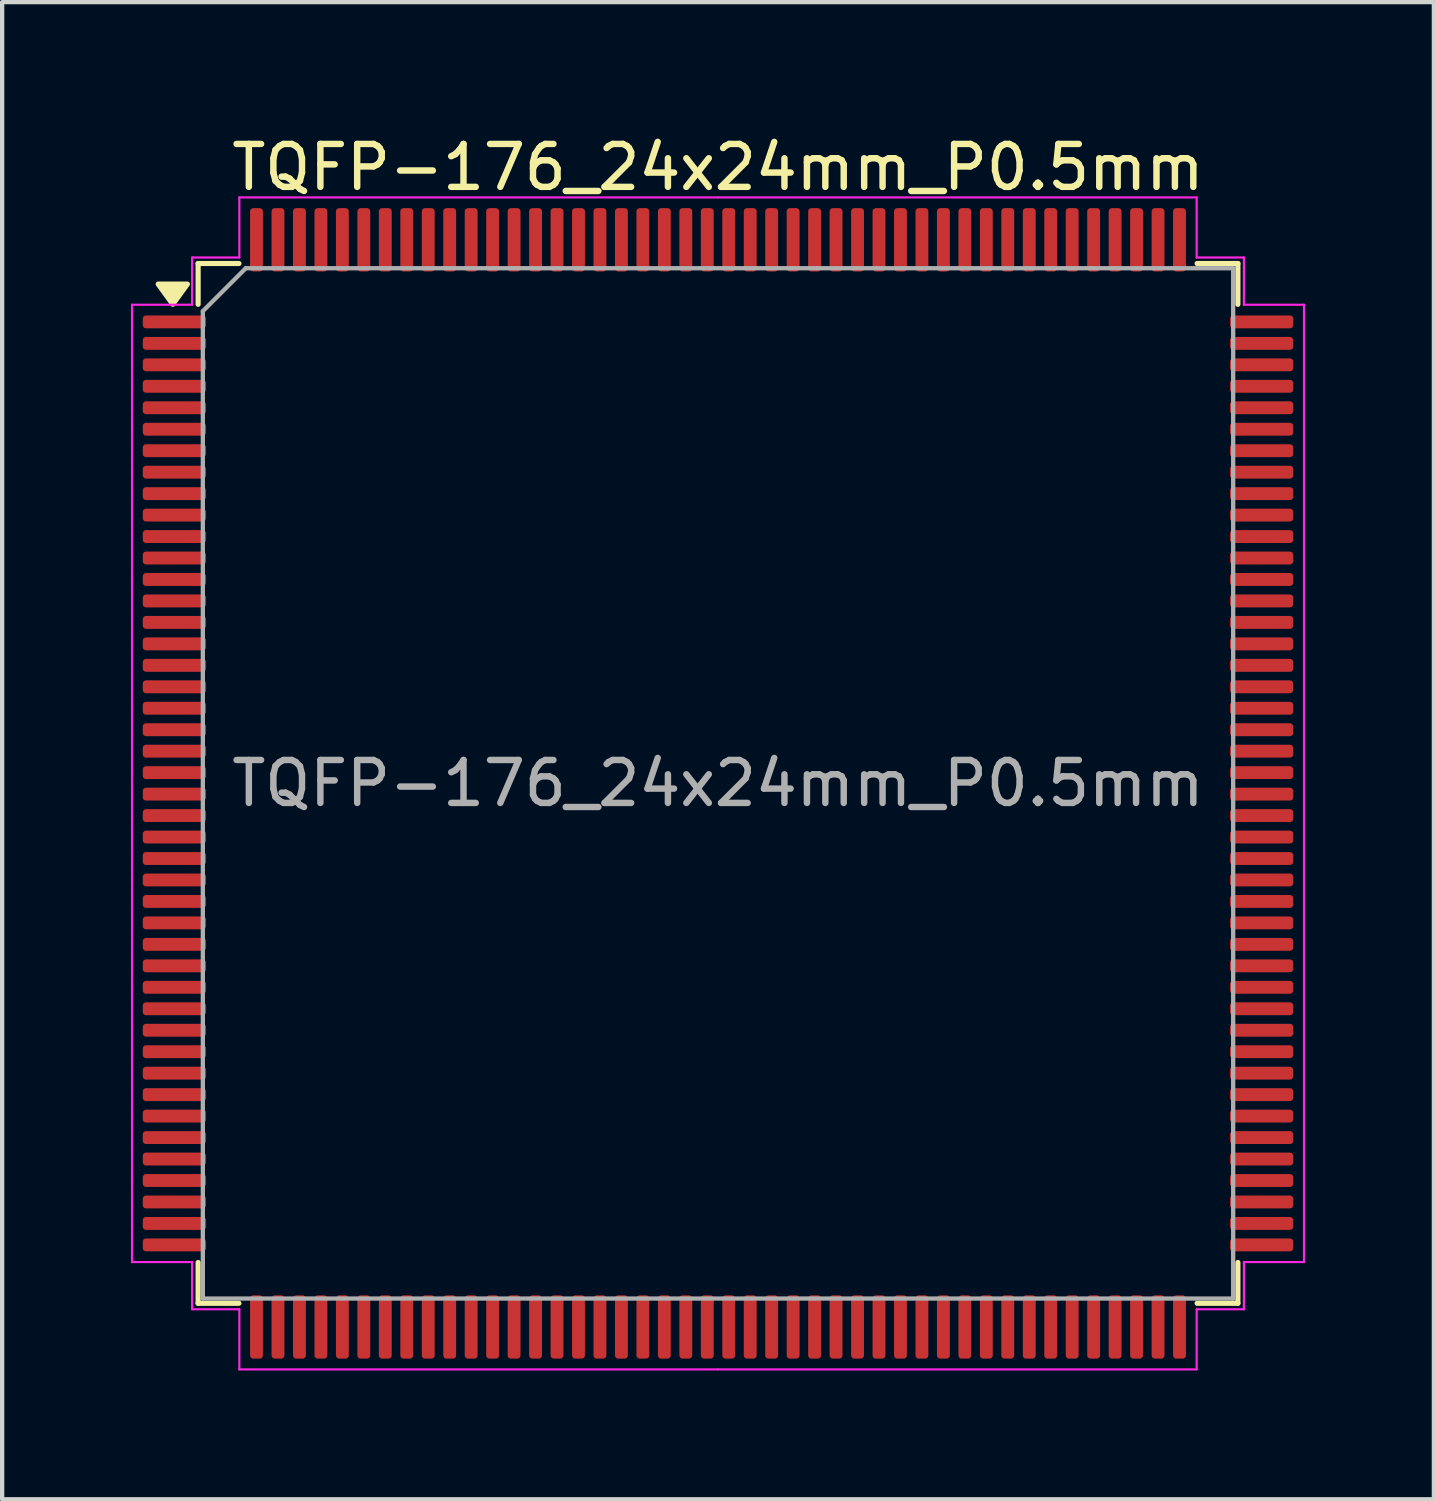
<source format=kicad_pcb>
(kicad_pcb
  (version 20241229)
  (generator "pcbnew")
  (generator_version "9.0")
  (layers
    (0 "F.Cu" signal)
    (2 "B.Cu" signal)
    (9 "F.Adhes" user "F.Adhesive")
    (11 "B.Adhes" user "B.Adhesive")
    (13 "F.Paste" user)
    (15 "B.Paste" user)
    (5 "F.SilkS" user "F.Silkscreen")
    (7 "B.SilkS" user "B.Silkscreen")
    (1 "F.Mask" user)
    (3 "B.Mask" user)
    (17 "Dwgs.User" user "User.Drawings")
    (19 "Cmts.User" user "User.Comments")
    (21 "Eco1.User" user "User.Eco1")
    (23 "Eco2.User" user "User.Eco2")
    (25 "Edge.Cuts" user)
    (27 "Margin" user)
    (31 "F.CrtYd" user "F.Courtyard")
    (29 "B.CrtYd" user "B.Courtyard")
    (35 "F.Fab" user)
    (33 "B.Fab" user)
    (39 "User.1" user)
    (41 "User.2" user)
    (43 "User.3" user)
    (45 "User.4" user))
  (footprint "TQFP-176_24x24mm_P0.5mm"
    (layer "F.Cu")
    (at 13.675 15.198)
    (property "Reference" "TQFP-176_24x24mm_P0.5mm" (at 0 -14.35 0) (layer "F.SilkS") (effects (font (size 1 1) (thickness 0.15))))
    (attr smd)
    (fp_line (start -12.11 -12.11) (end -12.11 -11.16) (stroke (width 0.12) (type solid)) (layer "F.SilkS"))
    (fp_line (start -12.11 12.11) (end -12.11 11.16) (stroke (width 0.12) (type solid)) (layer "F.SilkS"))
    (fp_line (start -11.16 -12.11) (end -12.11 -12.11) (stroke (width 0.12) (type solid)) (layer "F.SilkS"))
    (fp_line (start -11.16 12.11) (end -12.11 12.11) (stroke (width 0.12) (type solid)) (layer "F.SilkS"))
    (fp_line (start 11.16 -12.11) (end 12.11 -12.11) (stroke (width 0.12) (type solid)) (layer "F.SilkS"))
    (fp_line (start 11.16 12.11) (end 12.11 12.11) (stroke (width 0.12) (type solid)) (layer "F.SilkS"))
    (fp_line (start 12.11 -12.11) (end 12.11 -11.16) (stroke (width 0.12) (type solid)) (layer "F.SilkS"))
    (fp_line (start 12.11 12.11) (end 12.11 11.16) (stroke (width 0.12) (type solid)) (layer "F.SilkS"))
    (fp_poly (pts (xy -12.7 -11.16) (xy -13.04 -11.63) (xy -12.36 -11.63) (xy -12.7 -11.16)) (stroke (width 0.12) (type solid)) (fill yes) (layer "F.SilkS"))
    (fp_line (start -13.65 -11.15) (end -13.65 0) (stroke (width 0.05) (type solid)) (layer "F.CrtYd"))
    (fp_line (start -13.65 11.15) (end -13.65 0) (stroke (width 0.05) (type solid)) (layer "F.CrtYd"))
    (fp_line (start -12.25 -12.25) (end -12.25 -11.15) (stroke (width 0.05) (type solid)) (layer "F.CrtYd"))
    (fp_line (start -12.25 -11.15) (end -13.65 -11.15) (stroke (width 0.05) (type solid)) (layer "F.CrtYd"))
    (fp_line (start -12.25 11.15) (end -13.65 11.15) (stroke (width 0.05) (type solid)) (layer "F.CrtYd"))
    (fp_line (start -12.25 12.25) (end -12.25 11.15) (stroke (width 0.05) (type solid)) (layer "F.CrtYd"))
    (fp_line (start -11.15 -13.65) (end -11.15 -12.25) (stroke (width 0.05) (type solid)) (layer "F.CrtYd"))
    (fp_line (start -11.15 -12.25) (end -12.25 -12.25) (stroke (width 0.05) (type solid)) (layer "F.CrtYd"))
    (fp_line (start -11.15 12.25) (end -12.25 12.25) (stroke (width 0.05) (type solid)) (layer "F.CrtYd"))
    (fp_line (start -11.15 13.65) (end -11.15 12.25) (stroke (width 0.05) (type solid)) (layer "F.CrtYd"))
    (fp_line (start 0 -13.65) (end -11.15 -13.65) (stroke (width 0.05) (type solid)) (layer "F.CrtYd"))
    (fp_line (start 0 -13.65) (end 11.15 -13.65) (stroke (width 0.05) (type solid)) (layer "F.CrtYd"))
    (fp_line (start 0 13.65) (end -11.15 13.65) (stroke (width 0.05) (type solid)) (layer "F.CrtYd"))
    (fp_line (start 0 13.65) (end 11.15 13.65) (stroke (width 0.05) (type solid)) (layer "F.CrtYd"))
    (fp_line (start 11.15 -13.65) (end 11.15 -12.25) (stroke (width 0.05) (type solid)) (layer "F.CrtYd"))
    (fp_line (start 11.15 -12.25) (end 12.25 -12.25) (stroke (width 0.05) (type solid)) (layer "F.CrtYd"))
    (fp_line (start 11.15 12.25) (end 12.25 12.25) (stroke (width 0.05) (type solid)) (layer "F.CrtYd"))
    (fp_line (start 11.15 13.65) (end 11.15 12.25) (stroke (width 0.05) (type solid)) (layer "F.CrtYd"))
    (fp_line (start 12.25 -12.25) (end 12.25 -11.15) (stroke (width 0.05) (type solid)) (layer "F.CrtYd"))
    (fp_line (start 12.25 -11.15) (end 13.65 -11.15) (stroke (width 0.05) (type solid)) (layer "F.CrtYd"))
    (fp_line (start 12.25 11.15) (end 13.65 11.15) (stroke (width 0.05) (type solid)) (layer "F.CrtYd"))
    (fp_line (start 12.25 12.25) (end 12.25 11.15) (stroke (width 0.05) (type solid)) (layer "F.CrtYd"))
    (fp_line (start 13.65 -11.15) (end 13.65 0) (stroke (width 0.05) (type solid)) (layer "F.CrtYd"))
    (fp_line (start 13.65 11.15) (end 13.65 0) (stroke (width 0.05) (type solid)) (layer "F.CrtYd"))
    (fp_line (start -12 -11) (end -11 -12) (stroke (width 0.1) (type solid)) (layer "F.Fab"))
    (fp_line (start -12 12) (end -12 -11) (stroke (width 0.1) (type solid)) (layer "F.Fab"))
    (fp_line (start -11 -12) (end 12 -12) (stroke (width 0.1) (type solid)) (layer "F.Fab"))
    (fp_line (start 12 -12) (end 12 12) (stroke (width 0.1) (type solid)) (layer "F.Fab"))
    (fp_line (start 12 12) (end -12 12) (stroke (width 0.1) (type solid)) (layer "F.Fab"))
    (fp_text user "${REFERENCE}" (at 0 0 0) (layer "F.Fab") (effects (font (size 1 1) (thickness 0.15))))
    (pad "1" smd roundrect (at -12.662 -10.75) (size 1.475 0.3) (layers "F.Cu" "F.Mask" "F.Paste") (roundrect_rratio 0.25))
    (pad "2" smd roundrect (at -12.662 -10.25) (size 1.475 0.3) (layers "F.Cu" "F.Mask" "F.Paste") (roundrect_rratio 0.25))
    (pad "3" smd roundrect (at -12.662 -9.75) (size 1.475 0.3) (layers "F.Cu" "F.Mask" "F.Paste") (roundrect_rratio 0.25))
    (pad "4" smd roundrect (at -12.662 -9.25) (size 1.475 0.3) (layers "F.Cu" "F.Mask" "F.Paste") (roundrect_rratio 0.25))
    (pad "5" smd roundrect (at -12.662 -8.75) (size 1.475 0.3) (layers "F.Cu" "F.Mask" "F.Paste") (roundrect_rratio 0.25))
    (pad "6" smd roundrect (at -12.662 -8.25) (size 1.475 0.3) (layers "F.Cu" "F.Mask" "F.Paste") (roundrect_rratio 0.25))
    (pad "7" smd roundrect (at -12.662 -7.75) (size 1.475 0.3) (layers "F.Cu" "F.Mask" "F.Paste") (roundrect_rratio 0.25))
    (pad "8" smd roundrect (at -12.662 -7.25) (size 1.475 0.3) (layers "F.Cu" "F.Mask" "F.Paste") (roundrect_rratio 0.25))
    (pad "9" smd roundrect (at -12.662 -6.75) (size 1.475 0.3) (layers "F.Cu" "F.Mask" "F.Paste") (roundrect_rratio 0.25))
    (pad "10" smd roundrect (at -12.662 -6.25) (size 1.475 0.3) (layers "F.Cu" "F.Mask" "F.Paste") (roundrect_rratio 0.25))
    (pad "11" smd roundrect (at -12.662 -5.75) (size 1.475 0.3) (layers "F.Cu" "F.Mask" "F.Paste") (roundrect_rratio 0.25))
    (pad "12" smd roundrect (at -12.662 -5.25) (size 1.475 0.3) (layers "F.Cu" "F.Mask" "F.Paste") (roundrect_rratio 0.25))
    (pad "13" smd roundrect (at -12.662 -4.75) (size 1.475 0.3) (layers "F.Cu" "F.Mask" "F.Paste") (roundrect_rratio 0.25))
    (pad "14" smd roundrect (at -12.662 -4.25) (size 1.475 0.3) (layers "F.Cu" "F.Mask" "F.Paste") (roundrect_rratio 0.25))
    (pad "15" smd roundrect (at -12.662 -3.75) (size 1.475 0.3) (layers "F.Cu" "F.Mask" "F.Paste") (roundrect_rratio 0.25))
    (pad "16" smd roundrect (at -12.662 -3.25) (size 1.475 0.3) (layers "F.Cu" "F.Mask" "F.Paste") (roundrect_rratio 0.25))
    (pad "17" smd roundrect (at -12.662 -2.75) (size 1.475 0.3) (layers "F.Cu" "F.Mask" "F.Paste") (roundrect_rratio 0.25))
    (pad "18" smd roundrect (at -12.662 -2.25) (size 1.475 0.3) (layers "F.Cu" "F.Mask" "F.Paste") (roundrect_rratio 0.25))
    (pad "19" smd roundrect (at -12.662 -1.75) (size 1.475 0.3) (layers "F.Cu" "F.Mask" "F.Paste") (roundrect_rratio 0.25))
    (pad "20" smd roundrect (at -12.662 -1.25) (size 1.475 0.3) (layers "F.Cu" "F.Mask" "F.Paste") (roundrect_rratio 0.25))
    (pad "21" smd roundrect (at -12.662 -0.75) (size 1.475 0.3) (layers "F.Cu" "F.Mask" "F.Paste") (roundrect_rratio 0.25))
    (pad "22" smd roundrect (at -12.662 -0.25) (size 1.475 0.3) (layers "F.Cu" "F.Mask" "F.Paste") (roundrect_rratio 0.25))
    (pad "23" smd roundrect (at -12.662 0.25) (size 1.475 0.3) (layers "F.Cu" "F.Mask" "F.Paste") (roundrect_rratio 0.25))
    (pad "24" smd roundrect (at -12.662 0.75) (size 1.475 0.3) (layers "F.Cu" "F.Mask" "F.Paste") (roundrect_rratio 0.25))
    (pad "25" smd roundrect (at -12.662 1.25) (size 1.475 0.3) (layers "F.Cu" "F.Mask" "F.Paste") (roundrect_rratio 0.25))
    (pad "26" smd roundrect (at -12.662 1.75) (size 1.475 0.3) (layers "F.Cu" "F.Mask" "F.Paste") (roundrect_rratio 0.25))
    (pad "27" smd roundrect (at -12.662 2.25) (size 1.475 0.3) (layers "F.Cu" "F.Mask" "F.Paste") (roundrect_rratio 0.25))
    (pad "28" smd roundrect (at -12.662 2.75) (size 1.475 0.3) (layers "F.Cu" "F.Mask" "F.Paste") (roundrect_rratio 0.25))
    (pad "29" smd roundrect (at -12.662 3.25) (size 1.475 0.3) (layers "F.Cu" "F.Mask" "F.Paste") (roundrect_rratio 0.25))
    (pad "30" smd roundrect (at -12.662 3.75) (size 1.475 0.3) (layers "F.Cu" "F.Mask" "F.Paste") (roundrect_rratio 0.25))
    (pad "31" smd roundrect (at -12.662 4.25) (size 1.475 0.3) (layers "F.Cu" "F.Mask" "F.Paste") (roundrect_rratio 0.25))
    (pad "32" smd roundrect (at -12.662 4.75) (size 1.475 0.3) (layers "F.Cu" "F.Mask" "F.Paste") (roundrect_rratio 0.25))
    (pad "33" smd roundrect (at -12.662 5.25) (size 1.475 0.3) (layers "F.Cu" "F.Mask" "F.Paste") (roundrect_rratio 0.25))
    (pad "34" smd roundrect (at -12.662 5.75) (size 1.475 0.3) (layers "F.Cu" "F.Mask" "F.Paste") (roundrect_rratio 0.25))
    (pad "35" smd roundrect (at -12.662 6.25) (size 1.475 0.3) (layers "F.Cu" "F.Mask" "F.Paste") (roundrect_rratio 0.25))
    (pad "36" smd roundrect (at -12.662 6.75) (size 1.475 0.3) (layers "F.Cu" "F.Mask" "F.Paste") (roundrect_rratio 0.25))
    (pad "37" smd roundrect (at -12.662 7.25) (size 1.475 0.3) (layers "F.Cu" "F.Mask" "F.Paste") (roundrect_rratio 0.25))
    (pad "38" smd roundrect (at -12.662 7.75) (size 1.475 0.3) (layers "F.Cu" "F.Mask" "F.Paste") (roundrect_rratio 0.25))
    (pad "39" smd roundrect (at -12.662 8.25) (size 1.475 0.3) (layers "F.Cu" "F.Mask" "F.Paste") (roundrect_rratio 0.25))
    (pad "40" smd roundrect (at -12.662 8.75) (size 1.475 0.3) (layers "F.Cu" "F.Mask" "F.Paste") (roundrect_rratio 0.25))
    (pad "41" smd roundrect (at -12.662 9.25) (size 1.475 0.3) (layers "F.Cu" "F.Mask" "F.Paste") (roundrect_rratio 0.25))
    (pad "42" smd roundrect (at -12.662 9.75) (size 1.475 0.3) (layers "F.Cu" "F.Mask" "F.Paste") (roundrect_rratio 0.25))
    (pad "43" smd roundrect (at -12.662 10.25) (size 1.475 0.3) (layers "F.Cu" "F.Mask" "F.Paste") (roundrect_rratio 0.25))
    (pad "44" smd roundrect (at -12.662 10.75) (size 1.475 0.3) (layers "F.Cu" "F.Mask" "F.Paste") (roundrect_rratio 0.25))
    (pad "45" smd roundrect (at -10.75 12.662) (size 0.3 1.475) (layers "F.Cu" "F.Mask" "F.Paste") (roundrect_rratio 0.25))
    (pad "46" smd roundrect (at -10.25 12.662) (size 0.3 1.475) (layers "F.Cu" "F.Mask" "F.Paste") (roundrect_rratio 0.25))
    (pad "47" smd roundrect (at -9.75 12.662) (size 0.3 1.475) (layers "F.Cu" "F.Mask" "F.Paste") (roundrect_rratio 0.25))
    (pad "48" smd roundrect (at -9.25 12.662) (size 0.3 1.475) (layers "F.Cu" "F.Mask" "F.Paste") (roundrect_rratio 0.25))
    (pad "49" smd roundrect (at -8.75 12.662) (size 0.3 1.475) (layers "F.Cu" "F.Mask" "F.Paste") (roundrect_rratio 0.25))
    (pad "50" smd roundrect (at -8.25 12.662) (size 0.3 1.475) (layers "F.Cu" "F.Mask" "F.Paste") (roundrect_rratio 0.25))
    (pad "51" smd roundrect (at -7.75 12.662) (size 0.3 1.475) (layers "F.Cu" "F.Mask" "F.Paste") (roundrect_rratio 0.25))
    (pad "52" smd roundrect (at -7.25 12.662) (size 0.3 1.475) (layers "F.Cu" "F.Mask" "F.Paste") (roundrect_rratio 0.25))
    (pad "53" smd roundrect (at -6.75 12.662) (size 0.3 1.475) (layers "F.Cu" "F.Mask" "F.Paste") (roundrect_rratio 0.25))
    (pad "54" smd roundrect (at -6.25 12.662) (size 0.3 1.475) (layers "F.Cu" "F.Mask" "F.Paste") (roundrect_rratio 0.25))
    (pad "55" smd roundrect (at -5.75 12.662) (size 0.3 1.475) (layers "F.Cu" "F.Mask" "F.Paste") (roundrect_rratio 0.25))
    (pad "56" smd roundrect (at -5.25 12.662) (size 0.3 1.475) (layers "F.Cu" "F.Mask" "F.Paste") (roundrect_rratio 0.25))
    (pad "57" smd roundrect (at -4.75 12.662) (size 0.3 1.475) (layers "F.Cu" "F.Mask" "F.Paste") (roundrect_rratio 0.25))
    (pad "58" smd roundrect (at -4.25 12.662) (size 0.3 1.475) (layers "F.Cu" "F.Mask" "F.Paste") (roundrect_rratio 0.25))
    (pad "59" smd roundrect (at -3.75 12.662) (size 0.3 1.475) (layers "F.Cu" "F.Mask" "F.Paste") (roundrect_rratio 0.25))
    (pad "60" smd roundrect (at -3.25 12.662) (size 0.3 1.475) (layers "F.Cu" "F.Mask" "F.Paste") (roundrect_rratio 0.25))
    (pad "61" smd roundrect (at -2.75 12.662) (size 0.3 1.475) (layers "F.Cu" "F.Mask" "F.Paste") (roundrect_rratio 0.25))
    (pad "62" smd roundrect (at -2.25 12.662) (size 0.3 1.475) (layers "F.Cu" "F.Mask" "F.Paste") (roundrect_rratio 0.25))
    (pad "63" smd roundrect (at -1.75 12.662) (size 0.3 1.475) (layers "F.Cu" "F.Mask" "F.Paste") (roundrect_rratio 0.25))
    (pad "64" smd roundrect (at -1.25 12.662) (size 0.3 1.475) (layers "F.Cu" "F.Mask" "F.Paste") (roundrect_rratio 0.25))
    (pad "65" smd roundrect (at -0.75 12.662) (size 0.3 1.475) (layers "F.Cu" "F.Mask" "F.Paste") (roundrect_rratio 0.25))
    (pad "66" smd roundrect (at -0.25 12.662) (size 0.3 1.475) (layers "F.Cu" "F.Mask" "F.Paste") (roundrect_rratio 0.25))
    (pad "67" smd roundrect (at 0.25 12.662) (size 0.3 1.475) (layers "F.Cu" "F.Mask" "F.Paste") (roundrect_rratio 0.25))
    (pad "68" smd roundrect (at 0.75 12.662) (size 0.3 1.475) (layers "F.Cu" "F.Mask" "F.Paste") (roundrect_rratio 0.25))
    (pad "69" smd roundrect (at 1.25 12.662) (size 0.3 1.475) (layers "F.Cu" "F.Mask" "F.Paste") (roundrect_rratio 0.25))
    (pad "70" smd roundrect (at 1.75 12.662) (size 0.3 1.475) (layers "F.Cu" "F.Mask" "F.Paste") (roundrect_rratio 0.25))
    (pad "71" smd roundrect (at 2.25 12.662) (size 0.3 1.475) (layers "F.Cu" "F.Mask" "F.Paste") (roundrect_rratio 0.25))
    (pad "72" smd roundrect (at 2.75 12.662) (size 0.3 1.475) (layers "F.Cu" "F.Mask" "F.Paste") (roundrect_rratio 0.25))
    (pad "73" smd roundrect (at 3.25 12.662) (size 0.3 1.475) (layers "F.Cu" "F.Mask" "F.Paste") (roundrect_rratio 0.25))
    (pad "74" smd roundrect (at 3.75 12.662) (size 0.3 1.475) (layers "F.Cu" "F.Mask" "F.Paste") (roundrect_rratio 0.25))
    (pad "75" smd roundrect (at 4.25 12.662) (size 0.3 1.475) (layers "F.Cu" "F.Mask" "F.Paste") (roundrect_rratio 0.25))
    (pad "76" smd roundrect (at 4.75 12.662) (size 0.3 1.475) (layers "F.Cu" "F.Mask" "F.Paste") (roundrect_rratio 0.25))
    (pad "77" smd roundrect (at 5.25 12.662) (size 0.3 1.475) (layers "F.Cu" "F.Mask" "F.Paste") (roundrect_rratio 0.25))
    (pad "78" smd roundrect (at 5.75 12.662) (size 0.3 1.475) (layers "F.Cu" "F.Mask" "F.Paste") (roundrect_rratio 0.25))
    (pad "79" smd roundrect (at 6.25 12.662) (size 0.3 1.475) (layers "F.Cu" "F.Mask" "F.Paste") (roundrect_rratio 0.25))
    (pad "80" smd roundrect (at 6.75 12.662) (size 0.3 1.475) (layers "F.Cu" "F.Mask" "F.Paste") (roundrect_rratio 0.25))
    (pad "81" smd roundrect (at 7.25 12.662) (size 0.3 1.475) (layers "F.Cu" "F.Mask" "F.Paste") (roundrect_rratio 0.25))
    (pad "82" smd roundrect (at 7.75 12.662) (size 0.3 1.475) (layers "F.Cu" "F.Mask" "F.Paste") (roundrect_rratio 0.25))
    (pad "83" smd roundrect (at 8.25 12.662) (size 0.3 1.475) (layers "F.Cu" "F.Mask" "F.Paste") (roundrect_rratio 0.25))
    (pad "84" smd roundrect (at 8.75 12.662) (size 0.3 1.475) (layers "F.Cu" "F.Mask" "F.Paste") (roundrect_rratio 0.25))
    (pad "85" smd roundrect (at 9.25 12.662) (size 0.3 1.475) (layers "F.Cu" "F.Mask" "F.Paste") (roundrect_rratio 0.25))
    (pad "86" smd roundrect (at 9.75 12.662) (size 0.3 1.475) (layers "F.Cu" "F.Mask" "F.Paste") (roundrect_rratio 0.25))
    (pad "87" smd roundrect (at 10.25 12.662) (size 0.3 1.475) (layers "F.Cu" "F.Mask" "F.Paste") (roundrect_rratio 0.25))
    (pad "88" smd roundrect (at 10.75 12.662) (size 0.3 1.475) (layers "F.Cu" "F.Mask" "F.Paste") (roundrect_rratio 0.25))
    (pad "89" smd roundrect (at 12.662 10.75) (size 1.475 0.3) (layers "F.Cu" "F.Mask" "F.Paste") (roundrect_rratio 0.25))
    (pad "90" smd roundrect (at 12.662 10.25) (size 1.475 0.3) (layers "F.Cu" "F.Mask" "F.Paste") (roundrect_rratio 0.25))
    (pad "91" smd roundrect (at 12.662 9.75) (size 1.475 0.3) (layers "F.Cu" "F.Mask" "F.Paste") (roundrect_rratio 0.25))
    (pad "92" smd roundrect (at 12.662 9.25) (size 1.475 0.3) (layers "F.Cu" "F.Mask" "F.Paste") (roundrect_rratio 0.25))
    (pad "93" smd roundrect (at 12.662 8.75) (size 1.475 0.3) (layers "F.Cu" "F.Mask" "F.Paste") (roundrect_rratio 0.25))
    (pad "94" smd roundrect (at 12.662 8.25) (size 1.475 0.3) (layers "F.Cu" "F.Mask" "F.Paste") (roundrect_rratio 0.25))
    (pad "95" smd roundrect (at 12.662 7.75) (size 1.475 0.3) (layers "F.Cu" "F.Mask" "F.Paste") (roundrect_rratio 0.25))
    (pad "96" smd roundrect (at 12.662 7.25) (size 1.475 0.3) (layers "F.Cu" "F.Mask" "F.Paste") (roundrect_rratio 0.25))
    (pad "97" smd roundrect (at 12.662 6.75) (size 1.475 0.3) (layers "F.Cu" "F.Mask" "F.Paste") (roundrect_rratio 0.25))
    (pad "98" smd roundrect (at 12.662 6.25) (size 1.475 0.3) (layers "F.Cu" "F.Mask" "F.Paste") (roundrect_rratio 0.25))
    (pad "99" smd roundrect (at 12.662 5.75) (size 1.475 0.3) (layers "F.Cu" "F.Mask" "F.Paste") (roundrect_rratio 0.25))
    (pad "100" smd roundrect (at 12.662 5.25) (size 1.475 0.3) (layers "F.Cu" "F.Mask" "F.Paste") (roundrect_rratio 0.25))
    (pad "101" smd roundrect (at 12.662 4.75) (size 1.475 0.3) (layers "F.Cu" "F.Mask" "F.Paste") (roundrect_rratio 0.25))
    (pad "102" smd roundrect (at 12.662 4.25) (size 1.475 0.3) (layers "F.Cu" "F.Mask" "F.Paste") (roundrect_rratio 0.25))
    (pad "103" smd roundrect (at 12.662 3.75) (size 1.475 0.3) (layers "F.Cu" "F.Mask" "F.Paste") (roundrect_rratio 0.25))
    (pad "104" smd roundrect (at 12.662 3.25) (size 1.475 0.3) (layers "F.Cu" "F.Mask" "F.Paste") (roundrect_rratio 0.25))
    (pad "105" smd roundrect (at 12.662 2.75) (size 1.475 0.3) (layers "F.Cu" "F.Mask" "F.Paste") (roundrect_rratio 0.25))
    (pad "106" smd roundrect (at 12.662 2.25) (size 1.475 0.3) (layers "F.Cu" "F.Mask" "F.Paste") (roundrect_rratio 0.25))
    (pad "107" smd roundrect (at 12.662 1.75) (size 1.475 0.3) (layers "F.Cu" "F.Mask" "F.Paste") (roundrect_rratio 0.25))
    (pad "108" smd roundrect (at 12.662 1.25) (size 1.475 0.3) (layers "F.Cu" "F.Mask" "F.Paste") (roundrect_rratio 0.25))
    (pad "109" smd roundrect (at 12.662 0.75) (size 1.475 0.3) (layers "F.Cu" "F.Mask" "F.Paste") (roundrect_rratio 0.25))
    (pad "110" smd roundrect (at 12.662 0.25) (size 1.475 0.3) (layers "F.Cu" "F.Mask" "F.Paste") (roundrect_rratio 0.25))
    (pad "111" smd roundrect (at 12.662 -0.25) (size 1.475 0.3) (layers "F.Cu" "F.Mask" "F.Paste") (roundrect_rratio 0.25))
    (pad "112" smd roundrect (at 12.662 -0.75) (size 1.475 0.3) (layers "F.Cu" "F.Mask" "F.Paste") (roundrect_rratio 0.25))
    (pad "113" smd roundrect (at 12.662 -1.25) (size 1.475 0.3) (layers "F.Cu" "F.Mask" "F.Paste") (roundrect_rratio 0.25))
    (pad "114" smd roundrect (at 12.662 -1.75) (size 1.475 0.3) (layers "F.Cu" "F.Mask" "F.Paste") (roundrect_rratio 0.25))
    (pad "115" smd roundrect (at 12.662 -2.25) (size 1.475 0.3) (layers "F.Cu" "F.Mask" "F.Paste") (roundrect_rratio 0.25))
    (pad "116" smd roundrect (at 12.662 -2.75) (size 1.475 0.3) (layers "F.Cu" "F.Mask" "F.Paste") (roundrect_rratio 0.25))
    (pad "117" smd roundrect (at 12.662 -3.25) (size 1.475 0.3) (layers "F.Cu" "F.Mask" "F.Paste") (roundrect_rratio 0.25))
    (pad "118" smd roundrect (at 12.662 -3.75) (size 1.475 0.3) (layers "F.Cu" "F.Mask" "F.Paste") (roundrect_rratio 0.25))
    (pad "119" smd roundrect (at 12.662 -4.25) (size 1.475 0.3) (layers "F.Cu" "F.Mask" "F.Paste") (roundrect_rratio 0.25))
    (pad "120" smd roundrect (at 12.662 -4.75) (size 1.475 0.3) (layers "F.Cu" "F.Mask" "F.Paste") (roundrect_rratio 0.25))
    (pad "121" smd roundrect (at 12.662 -5.25) (size 1.475 0.3) (layers "F.Cu" "F.Mask" "F.Paste") (roundrect_rratio 0.25))
    (pad "122" smd roundrect (at 12.662 -5.75) (size 1.475 0.3) (layers "F.Cu" "F.Mask" "F.Paste") (roundrect_rratio 0.25))
    (pad "123" smd roundrect (at 12.662 -6.25) (size 1.475 0.3) (layers "F.Cu" "F.Mask" "F.Paste") (roundrect_rratio 0.25))
    (pad "124" smd roundrect (at 12.662 -6.75) (size 1.475 0.3) (layers "F.Cu" "F.Mask" "F.Paste") (roundrect_rratio 0.25))
    (pad "125" smd roundrect (at 12.662 -7.25) (size 1.475 0.3) (layers "F.Cu" "F.Mask" "F.Paste") (roundrect_rratio 0.25))
    (pad "126" smd roundrect (at 12.662 -7.75) (size 1.475 0.3) (layers "F.Cu" "F.Mask" "F.Paste") (roundrect_rratio 0.25))
    (pad "127" smd roundrect (at 12.662 -8.25) (size 1.475 0.3) (layers "F.Cu" "F.Mask" "F.Paste") (roundrect_rratio 0.25))
    (pad "128" smd roundrect (at 12.662 -8.75) (size 1.475 0.3) (layers "F.Cu" "F.Mask" "F.Paste") (roundrect_rratio 0.25))
    (pad "129" smd roundrect (at 12.662 -9.25) (size 1.475 0.3) (layers "F.Cu" "F.Mask" "F.Paste") (roundrect_rratio 0.25))
    (pad "130" smd roundrect (at 12.662 -9.75) (size 1.475 0.3) (layers "F.Cu" "F.Mask" "F.Paste") (roundrect_rratio 0.25))
    (pad "131" smd roundrect (at 12.662 -10.25) (size 1.475 0.3) (layers "F.Cu" "F.Mask" "F.Paste") (roundrect_rratio 0.25))
    (pad "132" smd roundrect (at 12.662 -10.75) (size 1.475 0.3) (layers "F.Cu" "F.Mask" "F.Paste") (roundrect_rratio 0.25))
    (pad "133" smd roundrect (at 10.75 -12.662) (size 0.3 1.475) (layers "F.Cu" "F.Mask" "F.Paste") (roundrect_rratio 0.25))
    (pad "134" smd roundrect (at 10.25 -12.662) (size 0.3 1.475) (layers "F.Cu" "F.Mask" "F.Paste") (roundrect_rratio 0.25))
    (pad "135" smd roundrect (at 9.75 -12.662) (size 0.3 1.475) (layers "F.Cu" "F.Mask" "F.Paste") (roundrect_rratio 0.25))
    (pad "136" smd roundrect (at 9.25 -12.662) (size 0.3 1.475) (layers "F.Cu" "F.Mask" "F.Paste") (roundrect_rratio 0.25))
    (pad "137" smd roundrect (at 8.75 -12.662) (size 0.3 1.475) (layers "F.Cu" "F.Mask" "F.Paste") (roundrect_rratio 0.25))
    (pad "138" smd roundrect (at 8.25 -12.662) (size 0.3 1.475) (layers "F.Cu" "F.Mask" "F.Paste") (roundrect_rratio 0.25))
    (pad "139" smd roundrect (at 7.75 -12.662) (size 0.3 1.475) (layers "F.Cu" "F.Mask" "F.Paste") (roundrect_rratio 0.25))
    (pad "140" smd roundrect (at 7.25 -12.662) (size 0.3 1.475) (layers "F.Cu" "F.Mask" "F.Paste") (roundrect_rratio 0.25))
    (pad "141" smd roundrect (at 6.75 -12.662) (size 0.3 1.475) (layers "F.Cu" "F.Mask" "F.Paste") (roundrect_rratio 0.25))
    (pad "142" smd roundrect (at 6.25 -12.662) (size 0.3 1.475) (layers "F.Cu" "F.Mask" "F.Paste") (roundrect_rratio 0.25))
    (pad "143" smd roundrect (at 5.75 -12.662) (size 0.3 1.475) (layers "F.Cu" "F.Mask" "F.Paste") (roundrect_rratio 0.25))
    (pad "144" smd roundrect (at 5.25 -12.662) (size 0.3 1.475) (layers "F.Cu" "F.Mask" "F.Paste") (roundrect_rratio 0.25))
    (pad "145" smd roundrect (at 4.75 -12.662) (size 0.3 1.475) (layers "F.Cu" "F.Mask" "F.Paste") (roundrect_rratio 0.25))
    (pad "146" smd roundrect (at 4.25 -12.662) (size 0.3 1.475) (layers "F.Cu" "F.Mask" "F.Paste") (roundrect_rratio 0.25))
    (pad "147" smd roundrect (at 3.75 -12.662) (size 0.3 1.475) (layers "F.Cu" "F.Mask" "F.Paste") (roundrect_rratio 0.25))
    (pad "148" smd roundrect (at 3.25 -12.662) (size 0.3 1.475) (layers "F.Cu" "F.Mask" "F.Paste") (roundrect_rratio 0.25))
    (pad "149" smd roundrect (at 2.75 -12.662) (size 0.3 1.475) (layers "F.Cu" "F.Mask" "F.Paste") (roundrect_rratio 0.25))
    (pad "150" smd roundrect (at 2.25 -12.662) (size 0.3 1.475) (layers "F.Cu" "F.Mask" "F.Paste") (roundrect_rratio 0.25))
    (pad "151" smd roundrect (at 1.75 -12.662) (size 0.3 1.475) (layers "F.Cu" "F.Mask" "F.Paste") (roundrect_rratio 0.25))
    (pad "152" smd roundrect (at 1.25 -12.662) (size 0.3 1.475) (layers "F.Cu" "F.Mask" "F.Paste") (roundrect_rratio 0.25))
    (pad "153" smd roundrect (at 0.75 -12.662) (size 0.3 1.475) (layers "F.Cu" "F.Mask" "F.Paste") (roundrect_rratio 0.25))
    (pad "154" smd roundrect (at 0.25 -12.662) (size 0.3 1.475) (layers "F.Cu" "F.Mask" "F.Paste") (roundrect_rratio 0.25))
    (pad "155" smd roundrect (at -0.25 -12.662) (size 0.3 1.475) (layers "F.Cu" "F.Mask" "F.Paste") (roundrect_rratio 0.25))
    (pad "156" smd roundrect (at -0.75 -12.662) (size 0.3 1.475) (layers "F.Cu" "F.Mask" "F.Paste") (roundrect_rratio 0.25))
    (pad "157" smd roundrect (at -1.25 -12.662) (size 0.3 1.475) (layers "F.Cu" "F.Mask" "F.Paste") (roundrect_rratio 0.25))
    (pad "158" smd roundrect (at -1.75 -12.662) (size 0.3 1.475) (layers "F.Cu" "F.Mask" "F.Paste") (roundrect_rratio 0.25))
    (pad "159" smd roundrect (at -2.25 -12.662) (size 0.3 1.475) (layers "F.Cu" "F.Mask" "F.Paste") (roundrect_rratio 0.25))
    (pad "160" smd roundrect (at -2.75 -12.662) (size 0.3 1.475) (layers "F.Cu" "F.Mask" "F.Paste") (roundrect_rratio 0.25))
    (pad "161" smd roundrect (at -3.25 -12.662) (size 0.3 1.475) (layers "F.Cu" "F.Mask" "F.Paste") (roundrect_rratio 0.25))
    (pad "162" smd roundrect (at -3.75 -12.662) (size 0.3 1.475) (layers "F.Cu" "F.Mask" "F.Paste") (roundrect_rratio 0.25))
    (pad "163" smd roundrect (at -4.25 -12.662) (size 0.3 1.475) (layers "F.Cu" "F.Mask" "F.Paste") (roundrect_rratio 0.25))
    (pad "164" smd roundrect (at -4.75 -12.662) (size 0.3 1.475) (layers "F.Cu" "F.Mask" "F.Paste") (roundrect_rratio 0.25))
    (pad "165" smd roundrect (at -5.25 -12.662) (size 0.3 1.475) (layers "F.Cu" "F.Mask" "F.Paste") (roundrect_rratio 0.25))
    (pad "166" smd roundrect (at -5.75 -12.662) (size 0.3 1.475) (layers "F.Cu" "F.Mask" "F.Paste") (roundrect_rratio 0.25))
    (pad "167" smd roundrect (at -6.25 -12.662) (size 0.3 1.475) (layers "F.Cu" "F.Mask" "F.Paste") (roundrect_rratio 0.25))
    (pad "168" smd roundrect (at -6.75 -12.662) (size 0.3 1.475) (layers "F.Cu" "F.Mask" "F.Paste") (roundrect_rratio 0.25))
    (pad "169" smd roundrect (at -7.25 -12.662) (size 0.3 1.475) (layers "F.Cu" "F.Mask" "F.Paste") (roundrect_rratio 0.25))
    (pad "170" smd roundrect (at -7.75 -12.662) (size 0.3 1.475) (layers "F.Cu" "F.Mask" "F.Paste") (roundrect_rratio 0.25))
    (pad "171" smd roundrect (at -8.25 -12.662) (size 0.3 1.475) (layers "F.Cu" "F.Mask" "F.Paste") (roundrect_rratio 0.25))
    (pad "172" smd roundrect (at -8.75 -12.662) (size 0.3 1.475) (layers "F.Cu" "F.Mask" "F.Paste") (roundrect_rratio 0.25))
    (pad "173" smd roundrect (at -9.25 -12.662) (size 0.3 1.475) (layers "F.Cu" "F.Mask" "F.Paste") (roundrect_rratio 0.25))
    (pad "174" smd roundrect (at -9.75 -12.662) (size 0.3 1.475) (layers "F.Cu" "F.Mask" "F.Paste") (roundrect_rratio 0.25))
    (pad "175" smd roundrect (at -10.25 -12.662) (size 0.3 1.475) (layers "F.Cu" "F.Mask" "F.Paste") (roundrect_rratio 0.25))
    (pad "176" smd roundrect (at -10.75 -12.662) (size 0.3 1.475) (layers "F.Cu" "F.Mask" "F.Paste") (roundrect_rratio 0.25)))
  (gr_rect
    (start -3 -3)
    (end 30.35 31.873)
    (stroke (width 0.1) (type default))
    (fill no)
    (layer "Edge.Cuts")))
</source>
